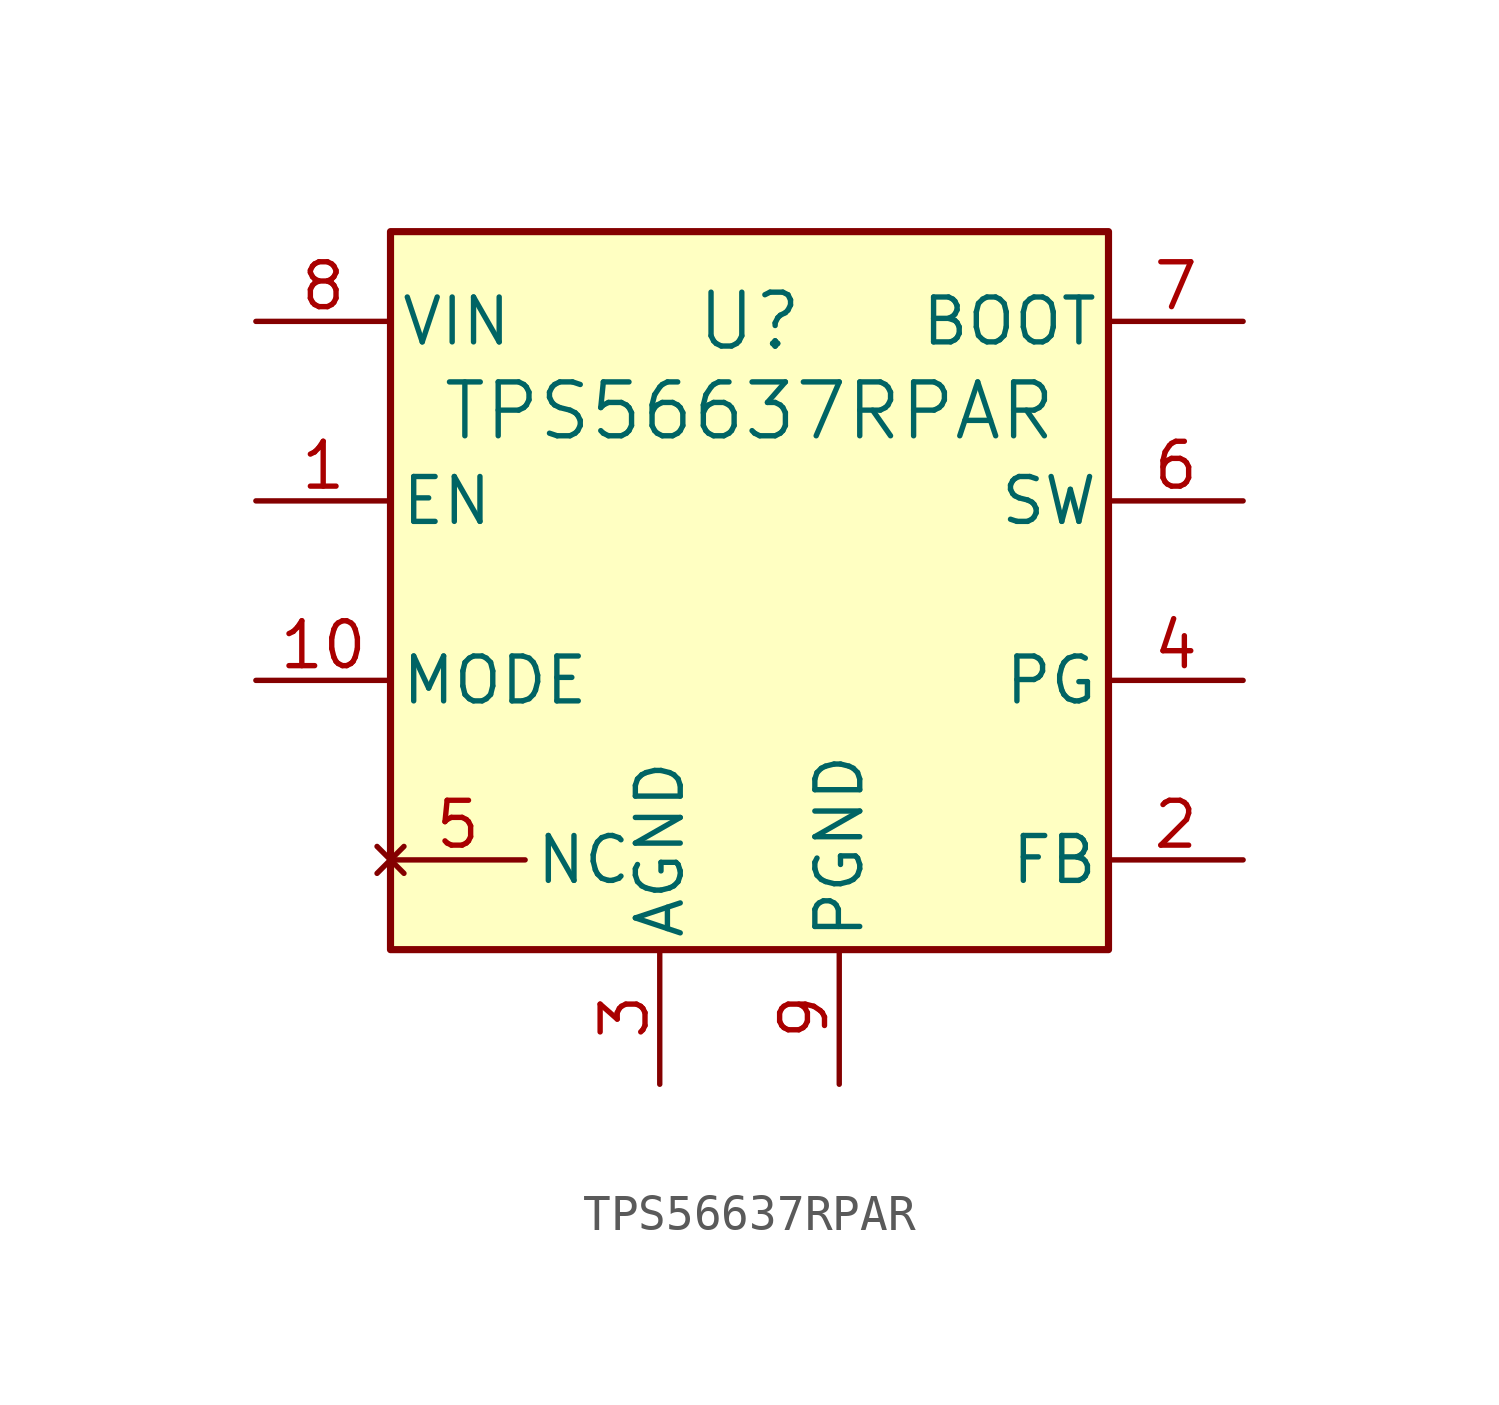
<source format=kicad_sym>
(kicad_symbol_lib
  (version 20220914)
  (generator kicad_symbol_editor)
  (symbol "TPS56637RPAR"
    (pin_names
      (offset 0.254))
    (property "Reference" "U"
      (at 0 7.62 0)
      (effects (font (size 1.524 1.524))))
    (property "Value" "TPS56637RPAR"
      (at 0 5.08 0)
      (effects (font (size 1.524 1.524))))
    (symbol "TPS56637RPAR_1_1"
      (rectangle (start -10.16 10.16) (end 10.16 -10.16) (stroke (width 0.203) (type default)) (fill (type background)))
      (pin power_in line (at -13.97 2.54 0) (length 3.81) (name "EN" (effects (font (size 1.27 1.27)))) (number "1" (effects (font (size 1.27 1.27)))))
      (pin power_in line (at -13.97 -2.54 0) (length 3.81) (name "MODE" (effects (font (size 1.27 1.27)))) (number "10" (effects (font (size 1.27 1.27)))))
      (pin power_in line (at 13.97 -7.62 180) (length 3.81) (name "FB" (effects (font (size 1.27 1.27)))) (number "2" (effects (font (size 1.27 1.27)))))
      (pin power_in line (at -2.54 -13.97 90) (length 3.81) (name "AGND" (effects (font (size 1.27 1.27)))) (number "3" (effects (font (size 1.27 1.27)))))
      (pin power_in line (at 13.97 -2.54 180) (length 3.81) (name "PG" (effects (font (size 1.27 1.27)))) (number "4" (effects (font (size 1.27 1.27)))))
      (pin no_connect line (at -10.16 -7.62 0) (length 3.81) (name "NC" (effects (font (size 1.27 1.27)))) (number "5" (effects (font (size 1.27 1.27)))))
      (pin power_in line (at 13.97 2.54 180) (length 3.81) (name "SW" (effects (font (size 1.27 1.27)))) (number "6" (effects (font (size 1.27 1.27)))))
      (pin power_in line (at 13.97 7.62 180) (length 3.81) (name "BOOT" (effects (font (size 1.27 1.27)))) (number "7" (effects (font (size 1.27 1.27)))))
      (pin power_in line (at -13.97 7.62 0) (length 3.81) (name "VIN" (effects (font (size 1.27 1.27)))) (number "8" (effects (font (size 1.27 1.27)))))
      (pin power_in line (at 2.54 -13.97 90) (length 3.81) (name "PGND" (effects (font (size 1.27 1.27)))) (number "9" (effects (font (size 1.27 1.27))))))))
</source>
